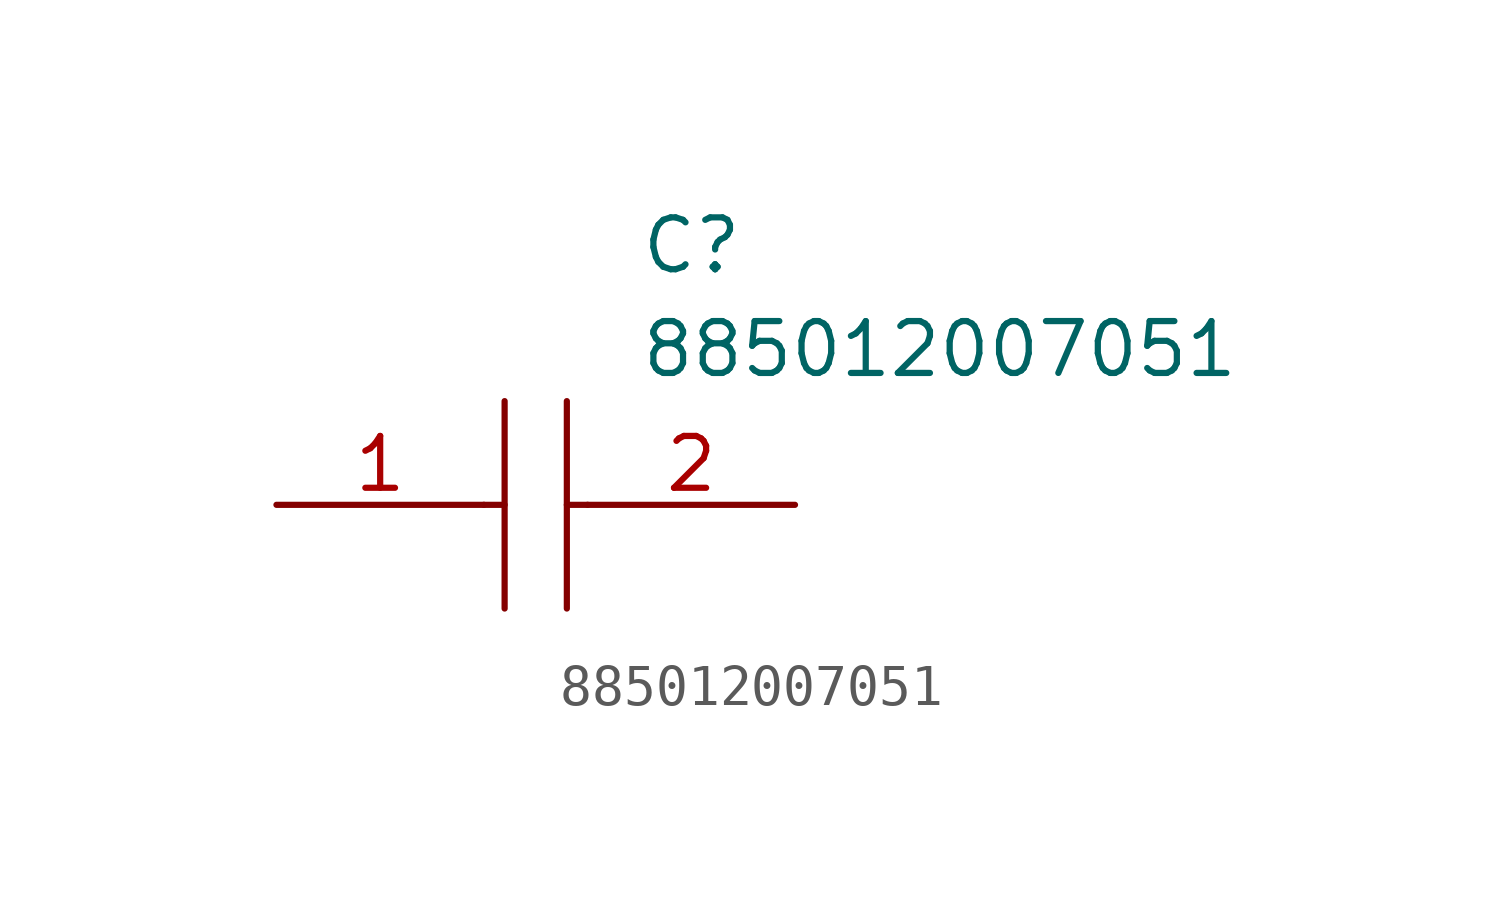
<source format=kicad_sym>
(kicad_symbol_lib
  (version 20211014)
  (generator kicad_symbol_editor)
  (symbol "885012007051"
    (pin_names
      (offset 0.762))
    (property "Reference" "C"
      (at 8.89 6.35 0)
      (effects (font (size 1.27 1.27)) (justify left)))
    (property "Value" "885012007051"
      (at 8.89 3.81 0)
      (effects (font (size 1.27 1.27)) (justify left)))
    (symbol "885012007051_0_0"
      (pin passive line (at 0 0 0) (length 5.08) (name "~" (effects (font (size 1.27 1.27)))) (number "1" (effects (font (size 1.27 1.27)))))
      (pin passive line (at 12.7 0 180) (length 5.08) (name "~" (effects (font (size 1.27 1.27)))) (number "2" (effects (font (size 1.27 1.27))))))
    (symbol "885012007051_0_1"
      (polyline (pts (xy 5.08 0) (xy 5.588 0)) (stroke (width 0.152) (type default) (color 0 0 0 0)) (fill (type background)))
      (polyline (pts (xy 5.588 2.54) (xy 5.588 -2.54)) (stroke (width 0.152) (type default) (color 0 0 0 0)) (fill (type background)))
      (polyline (pts (xy 7.112 0) (xy 7.62 0)) (stroke (width 0.152) (type default) (color 0 0 0 0)) (fill (type background)))
      (polyline (pts (xy 7.112 2.54) (xy 7.112 -2.54)) (stroke (width 0.152) (type default) (color 0 0 0 0)) (fill (type background))))))
</source>
